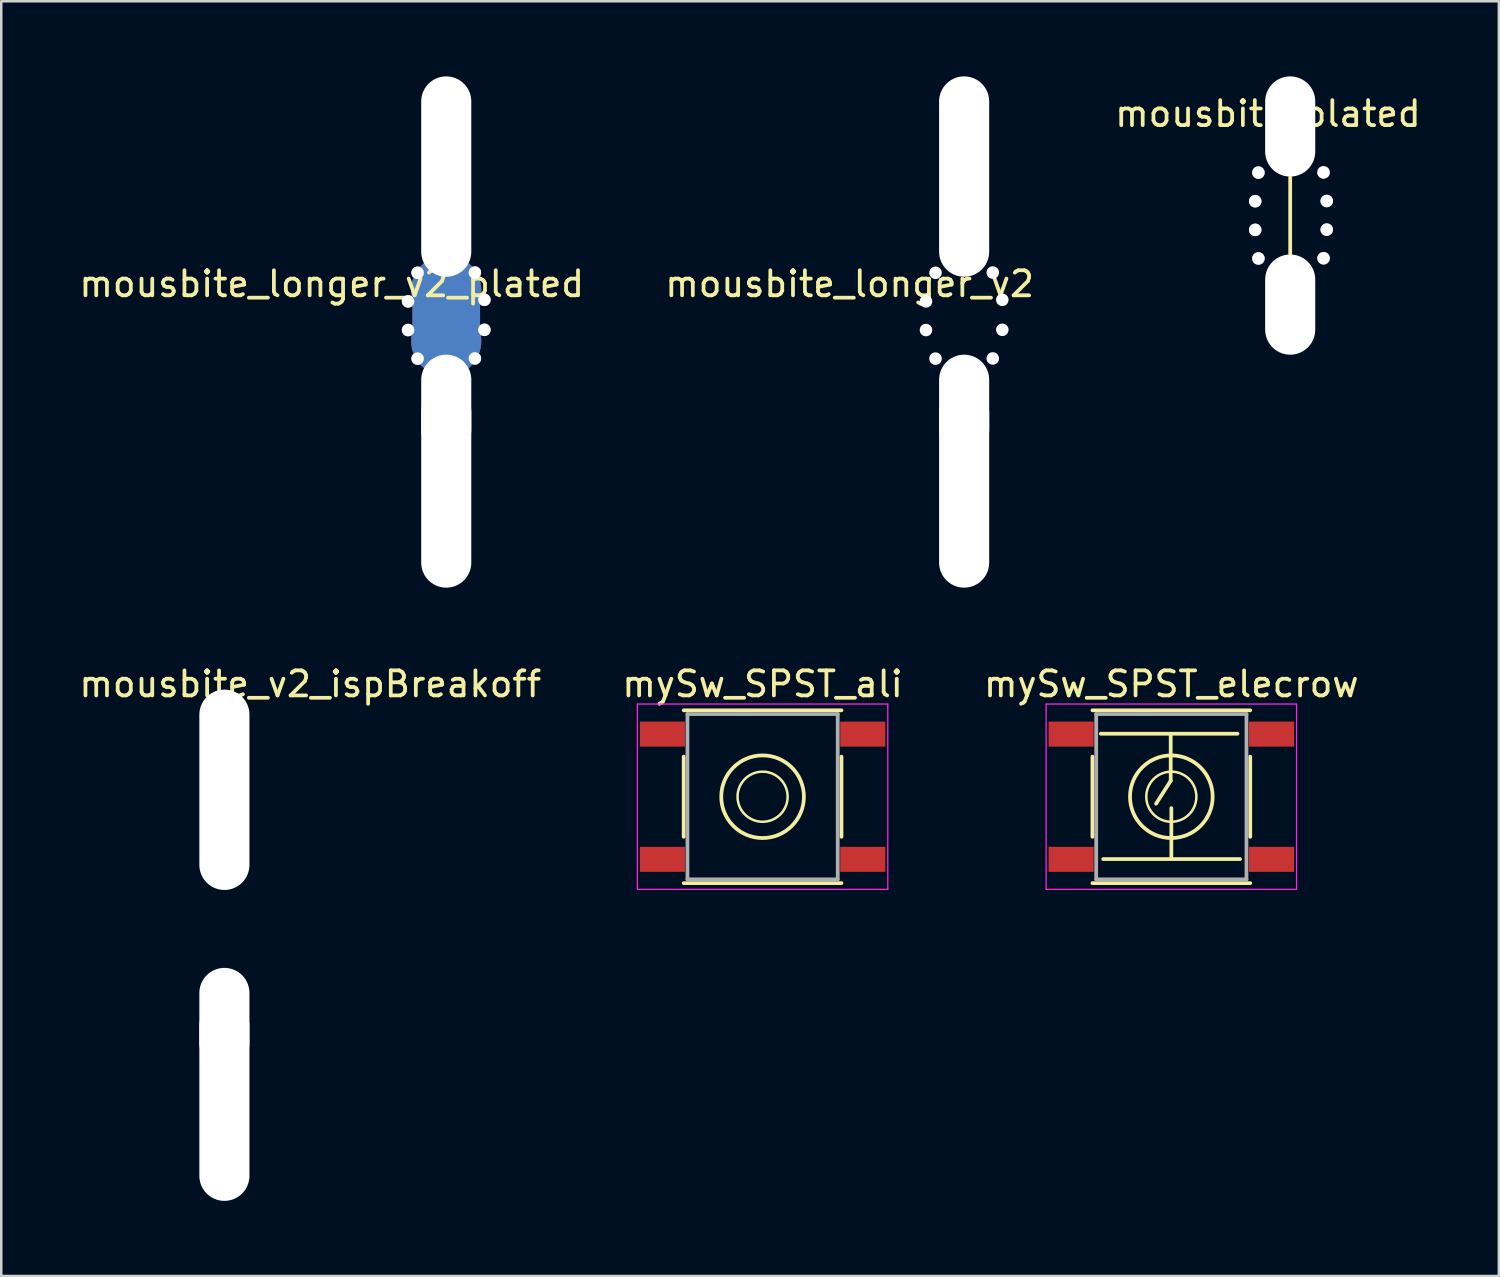
<source format=kicad_pcb>
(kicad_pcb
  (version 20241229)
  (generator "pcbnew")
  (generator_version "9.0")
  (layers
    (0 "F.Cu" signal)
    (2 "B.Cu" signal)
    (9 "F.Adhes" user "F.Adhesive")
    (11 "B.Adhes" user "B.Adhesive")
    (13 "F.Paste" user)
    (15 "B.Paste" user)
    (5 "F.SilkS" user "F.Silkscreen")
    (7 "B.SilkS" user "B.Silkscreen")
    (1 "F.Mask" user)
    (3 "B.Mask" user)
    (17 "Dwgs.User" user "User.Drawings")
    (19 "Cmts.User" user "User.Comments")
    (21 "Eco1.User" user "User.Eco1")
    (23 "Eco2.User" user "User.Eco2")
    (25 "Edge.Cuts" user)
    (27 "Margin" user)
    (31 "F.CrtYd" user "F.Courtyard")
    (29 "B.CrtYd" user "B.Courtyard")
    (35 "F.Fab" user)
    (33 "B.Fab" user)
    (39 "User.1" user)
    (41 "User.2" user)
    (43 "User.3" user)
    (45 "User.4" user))
  (footprint "mousbite_longer_v2_plated"
    (layer "F.Cu")
    (at 13.752 9.556)
    (property "Reference" "mousbite_longer_v2_plated" (at -3.556 -1.27 0) (layer "F.SilkS") (effects (font (size 1 1) (thickness 0.15))))
    (attr through_hole)
    (pad "" thru_hole circle (at -0.508 -0.572) (size 0.5 0.5) (drill 0.5) (layers "*.Cu" "*.Mask"))
    (pad "" thru_hole circle (at -0.508 0.572) (size 0.5 0.5) (drill 0.5) (layers "*.Cu" "*.Mask"))
    (pad "" thru_hole circle (at -0.127 -1.714) (size 0.5 0.5) (drill 0.5) (layers "*.Cu" "*.Mask"))
    (pad "" thru_hole circle (at -0.127 1.714) (size 0.5 0.5) (drill 0.5) (layers "*.Cu" "*.Mask"))
    (pad "" np_thru_hole oval (at 1.016 -5.556) (size 2 8) (drill oval 2 8) (layers "*.Cu" "*.Mask"))
    (pad "" smd circle (at 1.016 -1.016) (size 2.8 2.8) (layers "F.Cu" "F.Mask"))
    (pad "" smd circle (at 1.016 -1.016) (size 2.8 2.8) (layers "B.Cu" "B.Mask"))
    (pad "" smd rect (at 1.016 0) (size 2.7 2.5) (layers "*.Mask" "F.Cu"))
    (pad "" smd rect (at 1.016 0) (size 2.7 2.5) (layers "B.Cu" "B.Mask"))
    (pad "" smd circle (at 1.016 1.016) (size 2.8 2.8) (layers "F.Cu" "F.Mask"))
    (pad "" smd circle (at 1.016 1.016) (size 2.8 2.8) (layers "B.Cu" "B.Mask"))
    (pad "" np_thru_hole oval (at 1.016 3.556) (size 2 4) (drill oval 2 4) (layers "*.Cu" "*.Mask"))
    (pad "" np_thru_hole oval (at 1.016 6.858) (size 2 8) (drill oval 2 8) (layers "*.Cu" "*.Mask"))
    (pad "" thru_hole circle (at 2.159 -1.723 180) (size 0.5 0.5) (drill 0.5) (layers "*.Cu" "*.Mask"))
    (pad "" thru_hole circle (at 2.159 1.706 180) (size 0.5 0.5) (drill 0.5) (layers "*.Cu" "*.Mask"))
    (pad "" thru_hole circle (at 2.54 -0.635 180) (size 0.5 0.5) (drill 0.5) (layers "*.Cu" "*.Mask"))
    (pad "" thru_hole circle (at 2.54 0.563 180) (size 0.5 0.5) (drill 0.5) (layers "*.Cu" "*.Mask")))
  (footprint "mySw_SPST_elecrow"
    (layer "F.Cu")
    (at 43.72 28.762)
    (property "Reference" "mySw_SPST_elecrow" (at 0 -4.5 0) (layer "F.SilkS") (effects (font (size 1 1) (thickness 0.15))))
    (attr smd)
    (fp_line (start -3.15 -3.45) (end 3.15 -3.45) (stroke (width 0.15) (type solid)) (layer "F.SilkS"))
    (fp_line (start -3.15 1.6) (end -3.15 -1.6) (stroke (width 0.15) (type solid)) (layer "F.SilkS"))
    (fp_line (start -2.819 -2.515) (end 2.642 -2.515) (stroke (width 0.15) (type solid)) (layer "F.SilkS"))
    (fp_line (start -2.718 2.489) (end 2.743 2.489) (stroke (width 0.15) (type solid)) (layer "F.SilkS"))
    (fp_line (start -0.025 -0.635) (end -0.61 0.279) (stroke (width 0.15) (type solid)) (layer "F.SilkS"))
    (fp_line (start -0.025 -0.635) (end -0.025 -2.489) (stroke (width 0.15) (type solid)) (layer "F.SilkS"))
    (fp_line (start 0 0.457) (end 0 2.438) (stroke (width 0.15) (type solid)) (layer "F.SilkS"))
    (fp_line (start 3.15 -1.6) (end 3.15 1.6) (stroke (width 0.15) (type solid)) (layer "F.SilkS"))
    (fp_line (start 3.15 3.45) (end -3.15 3.45) (stroke (width 0.15) (type solid)) (layer "F.SilkS"))
    (fp_circle (center 0 0) (end 0 1) (stroke (width 0.1) (type solid)) (fill no) (layer "F.SilkS"))
    (fp_circle (center 0 0) (end 1.65 0) (stroke (width 0.15) (type solid)) (fill no) (layer "F.SilkS"))
    (fp_line (start -5 -3.7) (end -5 3.7) (stroke (width 0.05) (type solid)) (layer "F.CrtYd"))
    (fp_line (start -5 3.7) (end 5 3.7) (stroke (width 0.05) (type solid)) (layer "F.CrtYd"))
    (fp_line (start 5 -3.7) (end -5 -3.7) (stroke (width 0.05) (type solid)) (layer "F.CrtYd"))
    (fp_line (start 5 3.7) (end 5 -3.7) (stroke (width 0.05) (type solid)) (layer "F.CrtYd"))
    (fp_line (start -3 -3.3) (end 3 -3.3) (stroke (width 0.15) (type solid)) (layer "F.Fab"))
    (fp_line (start -3 3.3) (end -3 -3.3) (stroke (width 0.15) (type solid)) (layer "F.Fab"))
    (fp_line (start 3 -3.3) (end 3 3.3) (stroke (width 0.15) (type solid)) (layer "F.Fab"))
    (fp_line (start 3 3.3) (end -3 3.3) (stroke (width 0.15) (type solid)) (layer "F.Fab"))
    (pad "1" smd rect (at -4 -2.5) (size 1.8 1) (layers "F.Cu" "F.Mask" "F.Paste"))
    (pad "1" smd rect (at 4 -2.5) (size 1.8 1) (layers "F.Cu" "F.Mask" "F.Paste"))
    (pad "2" smd rect (at -4 2.5) (size 1.8 1) (layers "F.Cu" "F.Mask" "F.Paste"))
    (pad "2" smd rect (at 4 2.5) (size 1.8 1) (layers "F.Cu" "F.Mask" "F.Paste")))
  (footprint "mousbite_longer_v2"
    (layer "F.Cu")
    (at 34.431 9.556)
    (property "Reference" "mousbite_longer_v2" (at -3.556 -1.27 0) (layer "F.SilkS") (effects (font (size 1 1) (thickness 0.15))))
    (attr through_hole)
    (pad "" np_thru_hole circle (at -0.508 -0.572) (size 0.5 0.5) (drill 0.5) (layers "*.Cu"))
    (pad "" np_thru_hole circle (at -0.508 0.572) (size 0.5 0.5) (drill 0.5) (layers "*.Cu"))
    (pad "" np_thru_hole circle (at -0.127 -1.714) (size 0.5 0.5) (drill 0.5) (layers "*.Cu"))
    (pad "" np_thru_hole circle (at -0.127 1.714) (size 0.5 0.5) (drill 0.5) (layers "*.Cu"))
    (pad "" np_thru_hole oval (at 1.016 -5.556) (size 2 8) (drill oval 2 8) (layers "*.Cu" "*.Mask"))
    (pad "" smd circle (at 1.016 -1.016) (size 2.8 2.8) (layers "*.Mask"))
    (pad "" smd rect (at 1.016 0) (size 2.7 2.5) (layers "*.Mask"))
    (pad "" smd circle (at 1.016 1.016) (size 2.8 2.8) (layers "*.Mask"))
    (pad "" np_thru_hole oval (at 1.016 3.556) (size 2 4) (drill oval 2 4) (layers "*.Cu" "*.Mask"))
    (pad "" np_thru_hole oval (at 1.016 6.858) (size 2 8) (drill oval 2 8) (layers "*.Cu" "*.Mask"))
    (pad "" np_thru_hole circle (at 2.159 -1.723 180) (size 0.5 0.5) (drill 0.5) (layers "*.Cu"))
    (pad "" np_thru_hole circle (at 2.159 1.706 180) (size 0.5 0.5) (drill 0.5) (layers "*.Cu"))
    (pad "" np_thru_hole circle (at 2.54 -0.635 180) (size 0.5 0.5) (drill 0.5) (layers "*.Cu"))
    (pad "" np_thru_hole circle (at 2.54 0.563 180) (size 0.5 0.5) (drill 0.5) (layers "*.Cu")))
  (footprint "mousbite_v2_ispBreakoff"
    (layer "F.Cu")
    (at 4.894 34.041)
    (property "Reference" "mousbite_v2_ispBreakoff" (at 4.445 -9.779 0) (layer "F.SilkS") (effects (font (size 1 1) (thickness 0.15))))
    (attr through_hole)
    (pad "" np_thru_hole oval (at 1.016 -5.556) (size 2 8) (drill oval 2 8) (layers "*.Cu" "*.Mask"))
    (pad "" smd circle (at 1.016 -1.016) (size 2.8 2.8) (layers "*.Mask"))
    (pad "" smd rect (at 1.016 0) (size 2.7 2.5) (layers "*.Mask"))
    (pad "" smd circle (at 1.016 1.016) (size 2.8 2.8) (layers "*.Mask"))
    (pad "" np_thru_hole oval (at 1.016 3.556) (size 2 4) (drill oval 2 4) (layers "*.Cu" "*.Mask"))
    (pad "" np_thru_hole oval (at 1.016 6.858) (size 2 8) (drill oval 2 8) (layers "*.Cu" "*.Mask")))
  (footprint "mySw_SPST_ali"
    (layer "F.Cu")
    (at 27.399 28.762)
    (property "Reference" "mySw_SPST_ali" (at 0 -4.5 0) (layer "F.SilkS") (effects (font (size 1 1) (thickness 0.15))))
    (attr smd)
    (fp_line (start -3.15 -3.45) (end 3.15 -3.45) (stroke (width 0.15) (type solid)) (layer "F.SilkS"))
    (fp_line (start -3.15 1.6) (end -3.15 -1.6) (stroke (width 0.15) (type solid)) (layer "F.SilkS"))
    (fp_line (start 3.15 -1.6) (end 3.15 1.6) (stroke (width 0.15) (type solid)) (layer "F.SilkS"))
    (fp_line (start 3.15 3.45) (end -3.15 3.45) (stroke (width 0.15) (type solid)) (layer "F.SilkS"))
    (fp_circle (center 0 0) (end 0 1) (stroke (width 0.1) (type solid)) (fill no) (layer "F.SilkS"))
    (fp_circle (center 0 0) (end 1.65 0) (stroke (width 0.15) (type solid)) (fill no) (layer "F.SilkS"))
    (fp_line (start -5 -3.7) (end -5 3.7) (stroke (width 0.05) (type solid)) (layer "F.CrtYd"))
    (fp_line (start -5 3.7) (end 5 3.7) (stroke (width 0.05) (type solid)) (layer "F.CrtYd"))
    (fp_line (start 5 -3.7) (end -5 -3.7) (stroke (width 0.05) (type solid)) (layer "F.CrtYd"))
    (fp_line (start 5 3.7) (end 5 -3.7) (stroke (width 0.05) (type solid)) (layer "F.CrtYd"))
    (fp_line (start -3 -3.3) (end 3 -3.3) (stroke (width 0.15) (type solid)) (layer "F.Fab"))
    (fp_line (start -3 3.3) (end -3 -3.3) (stroke (width 0.15) (type solid)) (layer "F.Fab"))
    (fp_line (start 3 -3.3) (end 3 3.3) (stroke (width 0.15) (type solid)) (layer "F.Fab"))
    (fp_line (start 3 3.3) (end -3 3.3) (stroke (width 0.15) (type solid)) (layer "F.Fab"))
    (pad "1" smd rect (at -4 -2.5) (size 1.8 1) (layers "F.Cu" "F.Mask" "F.Paste"))
    (pad "1" smd rect (at 4 -2.5) (size 1.8 1) (layers "F.Cu" "F.Mask" "F.Paste"))
    (pad "2" smd rect (at -4 2.5) (size 1.8 1) (layers "F.Cu" "F.Mask" "F.Paste"))
    (pad "2" smd rect (at 4 2.5) (size 1.8 1) (layers "F.Cu" "F.Mask" "F.Paste")))
  (footprint "mousbite_plated"
    (layer "F.Cu")
    (at 47.45 5.556)
    (property "Reference" "mousbite_plated" (at 0.127 -4.064 0) (layer "F.SilkS") (effects (font (size 1 1) (thickness 0.15))))
    (attr through_hole)
    (fp_line (start 1.016 -1.524) (end 1.016 1.524) (stroke (width 0.15) (type solid)) (layer "F.SilkS"))
    (pad "" thru_hole circle (at -0.381 -0.572) (size 0.5 0.5) (drill 0.5) (layers "*.Cu" "*.Mask"))
    (pad "" thru_hole circle (at -0.381 0.572) (size 0.5 0.5) (drill 0.5) (layers "*.Cu" "*.Mask"))
    (pad "" thru_hole circle (at -0.254 -1.714) (size 0.5 0.5) (drill 0.5) (layers "*.Cu" "*.Mask"))
    (pad "" thru_hole circle (at -0.254 1.714) (size 0.5 0.5) (drill 0.5) (layers "*.Cu" "*.Mask"))
    (pad "" np_thru_hole oval (at 1.016 -3.556) (size 2 4) (drill oval 2 4) (layers "*.Cu" "*.Mask"))
    (pad "" smd circle (at 1.016 -1.27) (size 3.3 3.3) (layers "*.Mask"))
    (pad "" smd rect (at 1.016 0) (size 3.3 2) (layers "*.Mask"))
    (pad "" smd circle (at 1.016 1.27) (size 3.3 3.3) (layers "*.Mask"))
    (pad "" np_thru_hole oval (at 1.016 3.556) (size 2 4) (drill oval 2 4) (layers "*.Cu" "*.Mask"))
    (pad "" thru_hole circle (at 2.348 -1.723 180) (size 0.5 0.5) (drill 0.5) (layers "*.Cu" "*.Mask"))
    (pad "" thru_hole circle (at 2.348 1.706 180) (size 0.5 0.5) (drill 0.5) (layers "*.Cu" "*.Mask"))
    (pad "" thru_hole circle (at 2.475 -0.58 180) (size 0.5 0.5) (drill 0.5) (layers "*.Cu" "*.Mask"))
    (pad "" thru_hole circle (at 2.475 0.563 180) (size 0.5 0.5) (drill 0.5) (layers "*.Cu" "*.Mask")))
  (gr_rect
    (start -3 -3)
    (end 56.798 47.899)
    (stroke (width 0.1) (type default))
    (fill no)
    (layer "Edge.Cuts")))
</source>
